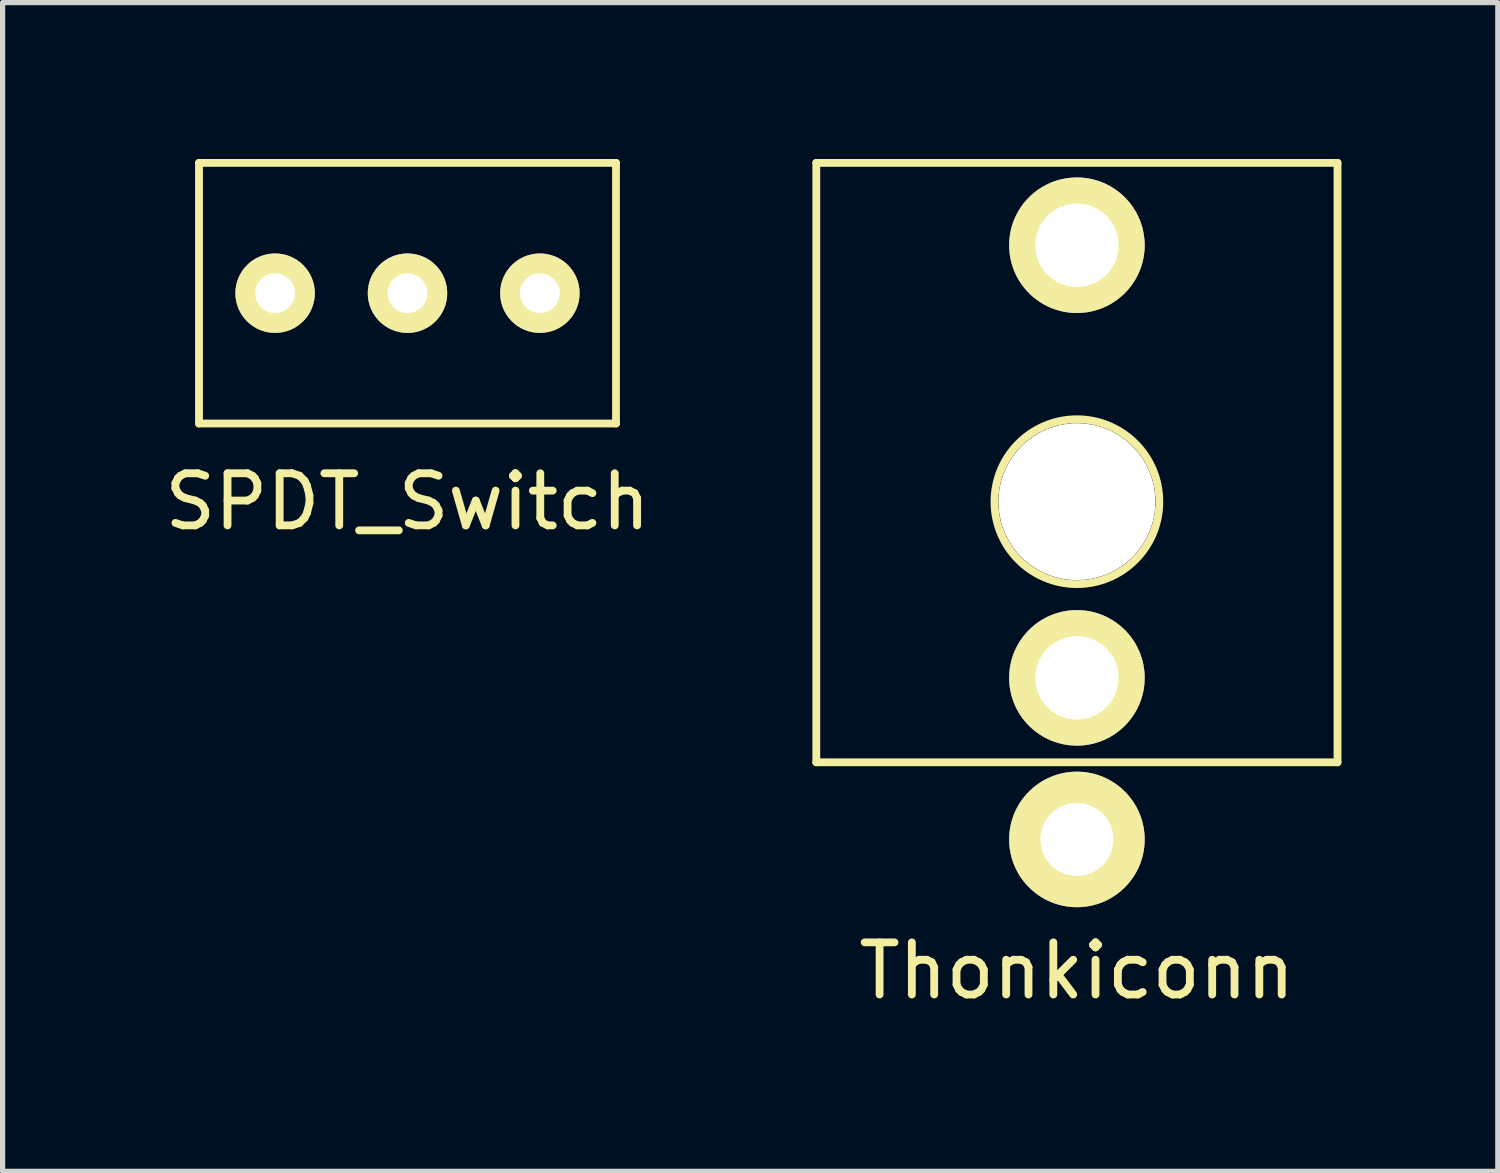
<source format=kicad_pcb>
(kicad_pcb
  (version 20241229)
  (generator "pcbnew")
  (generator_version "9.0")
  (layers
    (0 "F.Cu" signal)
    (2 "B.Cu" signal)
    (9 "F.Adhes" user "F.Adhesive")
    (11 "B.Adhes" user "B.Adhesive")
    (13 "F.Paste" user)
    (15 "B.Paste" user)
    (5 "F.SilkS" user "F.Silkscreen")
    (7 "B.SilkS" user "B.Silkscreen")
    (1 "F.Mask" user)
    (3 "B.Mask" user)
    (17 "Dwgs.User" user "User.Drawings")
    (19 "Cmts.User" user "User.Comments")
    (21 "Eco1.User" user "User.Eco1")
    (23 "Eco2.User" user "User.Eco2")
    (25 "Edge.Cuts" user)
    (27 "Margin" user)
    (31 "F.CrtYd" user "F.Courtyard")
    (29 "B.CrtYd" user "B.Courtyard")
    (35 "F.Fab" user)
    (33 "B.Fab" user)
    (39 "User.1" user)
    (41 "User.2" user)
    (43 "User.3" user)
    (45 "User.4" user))
  (footprint "Thonkiconn"
    (layer "F.Cu")
    (at 17.611 6.575)
    (property "Reference" "Thonkiconn" (at 0 9 0) (layer "F.SilkS") (effects (font (size 1 1) (thickness 0.15))))
    (attr through_hole)
    (fp_line (start -5 -6.5) (end -5 5) (stroke (width 0.15) (type solid)) (layer "F.SilkS"))
    (fp_line (start -5 5) (end 5 5) (stroke (width 0.15) (type solid)) (layer "F.SilkS"))
    (fp_line (start 5 -6.5) (end -5 -6.5) (stroke (width 0.15) (type solid)) (layer "F.SilkS"))
    (fp_line (start 5 5) (end 5 -6.5) (stroke (width 0.15) (type solid)) (layer "F.SilkS"))
    (fp_circle (center 0 0) (end 1.5 -0.5) (stroke (width 0.15) (type solid)) (fill no) (layer "F.SilkS"))
    (pad "" thru_hole circle (at 0 0) (size 3 3) (drill 3) (layers "*.Cu" "*.Mask" "F.SilkS"))
    (pad "1" thru_hole circle (at 0 6.48) (size 2.6 2.6) (drill 1.4) (layers "*.Cu" "*.Mask" "F.SilkS"))
    (pad "2" thru_hole circle (at 0 3.38) (size 2.6 2.6) (drill 1.6) (layers "*.Cu" "*.Mask" "F.SilkS"))
    (pad "3" thru_hole circle (at 0 -4.92) (size 2.6 2.6) (drill 1.6) (layers "*.Cu" "*.Mask" "F.SilkS")))
  (footprint "SPDT_Switch"
    (layer "F.Cu")
    (at 4.768 2.575)
    (property "Reference" "SPDT_Switch" (at 0 4 0) (layer "F.SilkS") (effects (font (size 1 1) (thickness 0.15))))
    (attr through_hole)
    (fp_line (start -4 -2.5) (end 4 -2.5) (stroke (width 0.15) (type solid)) (layer "F.SilkS"))
    (fp_line (start -4 2.5) (end -4 -2.5) (stroke (width 0.15) (type solid)) (layer "F.SilkS"))
    (fp_line (start 4 -2.5) (end 4 2.5) (stroke (width 0.15) (type solid)) (layer "F.SilkS"))
    (fp_line (start 4 2.5) (end -4 2.5) (stroke (width 0.15) (type solid)) (layer "F.SilkS"))
    (pad "1" thru_hole circle (at -2.54 0) (size 1.524 1.524) (drill 0.762) (layers "*.Cu" "*.Mask" "F.SilkS"))
    (pad "2" thru_hole circle (at 0 0) (size 1.524 1.524) (drill 0.762) (layers "*.Cu" "*.Mask" "F.SilkS"))
    (pad "3" thru_hole circle (at 2.54 0) (size 1.524 1.524) (drill 0.762) (layers "*.Cu" "*.Mask" "F.SilkS")))
  (gr_rect
    (start -3 -3)
    (end 25.686 19.423)
    (stroke (width 0.1) (type default))
    (fill no)
    (layer "Edge.Cuts")))
</source>
